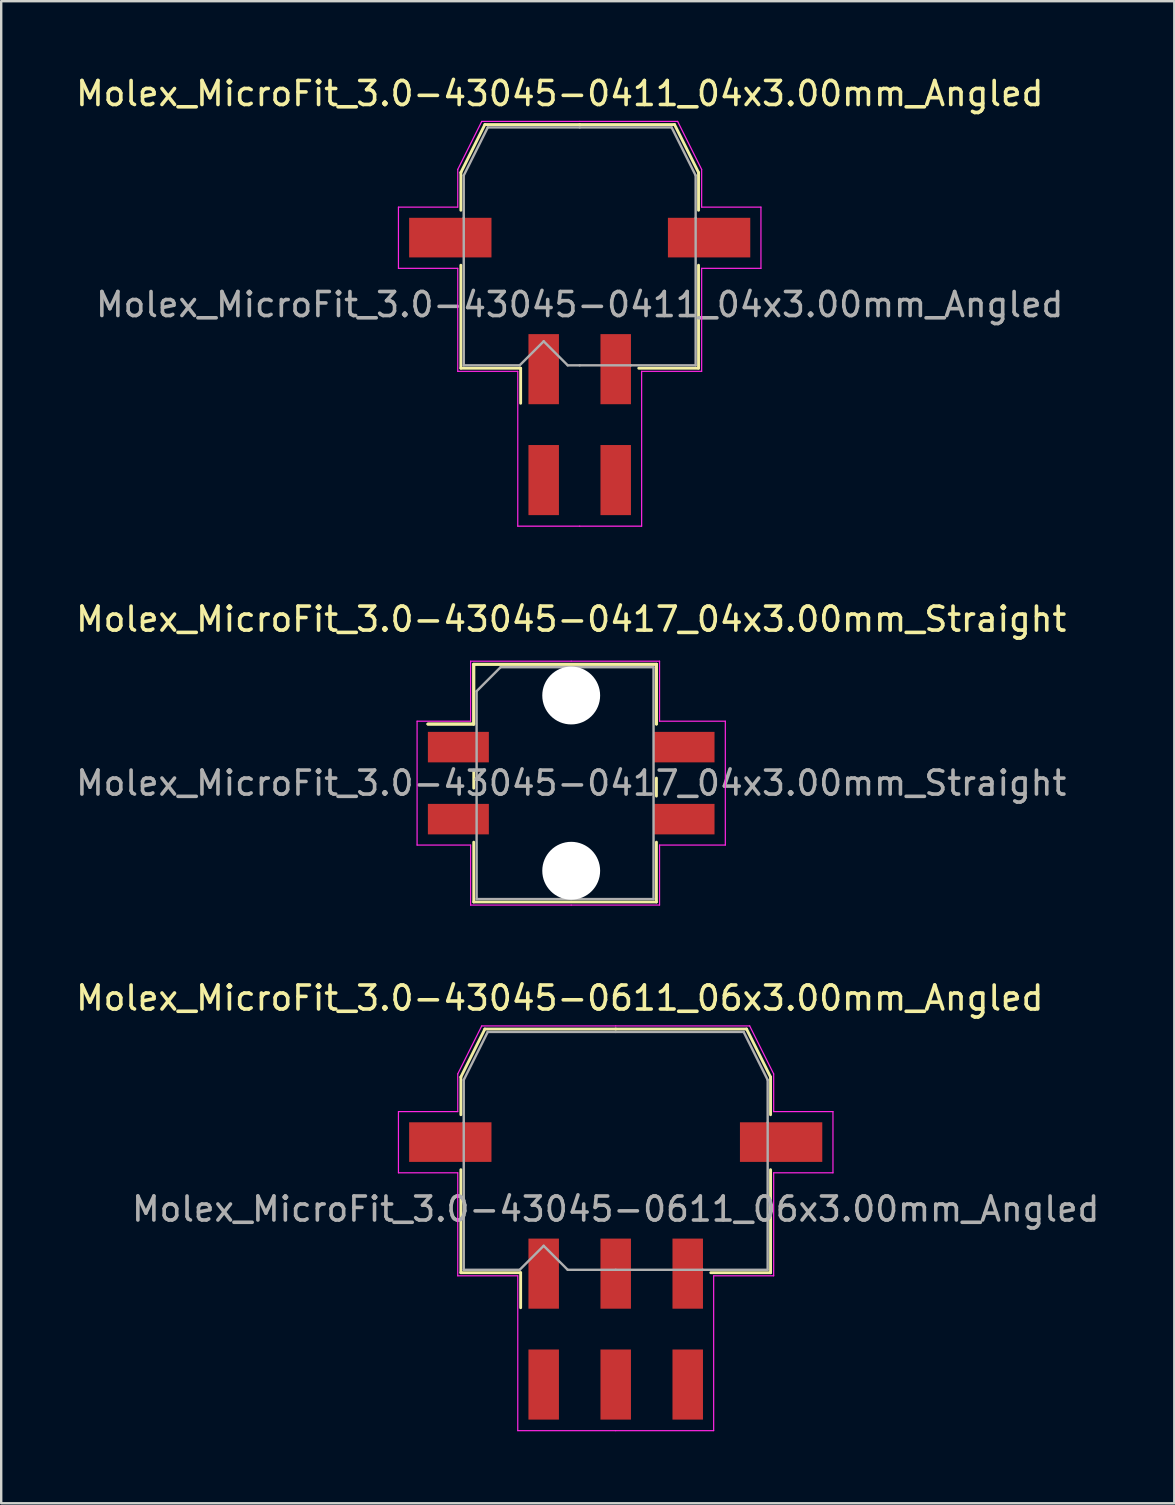
<source format=kicad_pcb>
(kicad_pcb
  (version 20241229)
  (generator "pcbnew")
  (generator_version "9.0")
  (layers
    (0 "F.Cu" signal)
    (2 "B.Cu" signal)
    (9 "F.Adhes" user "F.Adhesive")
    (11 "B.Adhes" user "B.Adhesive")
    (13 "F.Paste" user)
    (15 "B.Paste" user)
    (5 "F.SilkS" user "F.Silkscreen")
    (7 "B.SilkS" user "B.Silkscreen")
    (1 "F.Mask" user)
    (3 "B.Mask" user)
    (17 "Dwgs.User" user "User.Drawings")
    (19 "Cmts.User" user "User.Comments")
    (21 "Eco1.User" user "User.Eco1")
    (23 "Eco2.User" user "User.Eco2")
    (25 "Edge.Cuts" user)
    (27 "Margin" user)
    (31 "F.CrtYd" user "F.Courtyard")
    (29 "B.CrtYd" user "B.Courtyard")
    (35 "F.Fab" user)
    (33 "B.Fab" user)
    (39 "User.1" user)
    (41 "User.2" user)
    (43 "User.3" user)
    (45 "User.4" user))
  (footprint "Molex_MicroFit_3.0-43045-0411_04x3.00mm_Angled"
    (layer "F.Cu")
    (at 21.098 14.638)
    (property "Reference" "Molex_MicroFit_3.0-43045-0411_04x3.00mm_Angled" (at -0.83 -13.79 0) (layer "F.SilkS") (effects (font (size 1 1) (thickness 0.15))))
    (attr smd)
    (fp_line (start -4.95 -10.5) (end -4.95 -8.93) (stroke (width 0.12) (type solid)) (layer "F.SilkS"))
    (fp_line (start -4.95 -6.64) (end -4.95 -2.35) (stroke (width 0.12) (type solid)) (layer "F.SilkS"))
    (fp_line (start -4.95 -2.35) (end -2.46 -2.35) (stroke (width 0.12) (type solid)) (layer "F.SilkS"))
    (fp_line (start -3.95 -12.5) (end -4.95 -10.5) (stroke (width 0.12) (type solid)) (layer "F.SilkS"))
    (fp_line (start -2.46 -2.35) (end -2.46 -0.89) (stroke (width 0.12) (type solid)) (layer "F.SilkS"))
    (fp_line (start 0 -12.5) (end -3.95 -12.5) (stroke (width 0.12) (type solid)) (layer "F.SilkS"))
    (fp_line (start 0 -12.5) (end 3.95 -12.5) (stroke (width 0.12) (type solid)) (layer "F.SilkS"))
    (fp_line (start 3.95 -12.5) (end 4.95 -10.5) (stroke (width 0.12) (type solid)) (layer "F.SilkS"))
    (fp_line (start 4.95 -10.5) (end 4.95 -8.93) (stroke (width 0.12) (type solid)) (layer "F.SilkS"))
    (fp_line (start 4.95 -6.64) (end 4.95 -2.35) (stroke (width 0.12) (type solid)) (layer "F.SilkS"))
    (fp_line (start 4.95 -2.35) (end 2.46 -2.35) (stroke (width 0.12) (type solid)) (layer "F.SilkS"))
    (fp_line (start -7.55 -9.06) (end -7.55 -6.51) (stroke (width 0.05) (type solid)) (layer "F.CrtYd"))
    (fp_line (start -7.55 -6.51) (end -5.08 -6.51) (stroke (width 0.05) (type solid)) (layer "F.CrtYd"))
    (fp_line (start -5.08 -10.63) (end -5.08 -9.06) (stroke (width 0.05) (type solid)) (layer "F.CrtYd"))
    (fp_line (start -5.08 -9.06) (end -7.55 -9.06) (stroke (width 0.05) (type solid)) (layer "F.CrtYd"))
    (fp_line (start -5.08 -6.51) (end -5.08 -2.22) (stroke (width 0.05) (type solid)) (layer "F.CrtYd"))
    (fp_line (start -5.08 -2.22) (end -2.58 -2.22) (stroke (width 0.05) (type solid)) (layer "F.CrtYd"))
    (fp_line (start -4.08 -12.63) (end -5.08 -10.63) (stroke (width 0.05) (type solid)) (layer "F.CrtYd"))
    (fp_line (start -2.58 -2.22) (end -2.58 4.23) (stroke (width 0.05) (type solid)) (layer "F.CrtYd"))
    (fp_line (start -2.58 4.23) (end 0 4.23) (stroke (width 0.05) (type solid)) (layer "F.CrtYd"))
    (fp_line (start 0 -12.63) (end -4.08 -12.63) (stroke (width 0.05) (type solid)) (layer "F.CrtYd"))
    (fp_line (start 0 -12.63) (end 4.08 -12.63) (stroke (width 0.05) (type solid)) (layer "F.CrtYd"))
    (fp_line (start 2.58 -2.22) (end 2.58 4.23) (stroke (width 0.05) (type solid)) (layer "F.CrtYd"))
    (fp_line (start 2.58 4.23) (end 0 4.23) (stroke (width 0.05) (type solid)) (layer "F.CrtYd"))
    (fp_line (start 4.08 -12.63) (end 5.08 -10.63) (stroke (width 0.05) (type solid)) (layer "F.CrtYd"))
    (fp_line (start 5.08 -10.63) (end 5.08 -9.06) (stroke (width 0.05) (type solid)) (layer "F.CrtYd"))
    (fp_line (start 5.08 -9.06) (end 7.55 -9.06) (stroke (width 0.05) (type solid)) (layer "F.CrtYd"))
    (fp_line (start 5.08 -6.51) (end 5.08 -2.22) (stroke (width 0.05) (type solid)) (layer "F.CrtYd"))
    (fp_line (start 5.08 -2.22) (end 2.58 -2.22) (stroke (width 0.05) (type solid)) (layer "F.CrtYd"))
    (fp_line (start 7.55 -9.06) (end 7.55 -6.51) (stroke (width 0.05) (type solid)) (layer "F.CrtYd"))
    (fp_line (start 7.55 -6.51) (end 5.08 -6.51) (stroke (width 0.05) (type solid)) (layer "F.CrtYd"))
    (fp_line (start -4.83 -10.38) (end -4.83 -8.61) (stroke (width 0.1) (type solid)) (layer "F.Fab"))
    (fp_line (start -4.83 -8.61) (end -4.83 -2.47) (stroke (width 0.1) (type solid)) (layer "F.Fab"))
    (fp_line (start -4.83 -2.47) (end -2.5 -2.47) (stroke (width 0.1) (type solid)) (layer "F.Fab"))
    (fp_line (start -3.83 -12.38) (end -4.83 -10.38) (stroke (width 0.1) (type solid)) (layer "F.Fab"))
    (fp_line (start -2.5 -2.47) (end -1.5 -3.47) (stroke (width 0.1) (type solid)) (layer "F.Fab"))
    (fp_line (start -1.5 -3.47) (end -0.5 -2.47) (stroke (width 0.1) (type solid)) (layer "F.Fab"))
    (fp_line (start -0.5 -2.47) (end 0 -2.47) (stroke (width 0.1) (type solid)) (layer "F.Fab"))
    (fp_line (start 0 -12.38) (end -3.83 -12.38) (stroke (width 0.1) (type solid)) (layer "F.Fab"))
    (fp_line (start 0 -12.38) (end 3.83 -12.38) (stroke (width 0.1) (type solid)) (layer "F.Fab"))
    (fp_line (start 2.13 -2.47) (end 0 -2.47) (stroke (width 0.1) (type solid)) (layer "F.Fab"))
    (fp_line (start 3.83 -12.38) (end 4.83 -10.38) (stroke (width 0.1) (type solid)) (layer "F.Fab"))
    (fp_line (start 4.83 -10.38) (end 4.83 -8.61) (stroke (width 0.1) (type solid)) (layer "F.Fab"))
    (fp_line (start 4.83 -8.61) (end 4.83 -2.47) (stroke (width 0.1) (type solid)) (layer "F.Fab"))
    (fp_line (start 4.83 -2.47) (end 2.13 -2.47) (stroke (width 0.1) (type solid)) (layer "F.Fab"))
    (fp_text user "${REFERENCE}" (at 0 -5 0) (layer "F.Fab") (effects (font (size 1 1) (thickness 0.15))))
    (pad "" smd rect (at -5.39 -7.79) (size 3.43 1.65) (layers "F.Cu" "F.Mask" "F.Paste"))
    (pad "" smd rect (at 5.39 -7.79) (size 3.43 1.65) (layers "F.Cu" "F.Mask" "F.Paste"))
    (pad "1" smd rect (at -1.5 -2.31) (size 1.27 2.92) (layers "F.Cu" "F.Mask" "F.Paste"))
    (pad "2" smd rect (at 1.5 -2.31) (size 1.27 2.92) (layers "F.Cu" "F.Mask" "F.Paste"))
    (pad "3" smd rect (at 1.5 2.31) (size 1.27 2.92) (layers "F.Cu" "F.Mask" "F.Paste"))
    (pad "4" smd rect (at -1.5 2.31) (size 1.27 2.92) (layers "F.Cu" "F.Mask" "F.Paste")))
  (footprint "Molex_MicroFit_3.0-43045-0417_04x3.00mm_Straight"
    (layer "F.Cu")
    (at 20.744 29.572)
    (property "Reference" "Molex_MicroFit_3.0-43045-0417_04x3.00mm_Straight" (at 0 -6.83 0) (layer "F.SilkS") (effects (font (size 1 1) (thickness 0.15))))
    (attr smd)
    (fp_line (start -5.97 -2.46) (end -4.06 -2.46) (stroke (width 0.12) (type solid)) (layer "F.SilkS"))
    (fp_line (start -5.97 -2.46) (end -4.06 -2.46) (stroke (width 0.12) (type solid)) (layer "F.SilkS"))
    (fp_line (start -4.06 -4.95) (end 3.55 -4.95) (stroke (width 0.12) (type solid)) (layer "F.SilkS"))
    (fp_line (start -4.06 -4.95) (end 3.55 -4.95) (stroke (width 0.12) (type solid)) (layer "F.SilkS"))
    (fp_line (start -4.06 -2.46) (end -4.06 -4.95) (stroke (width 0.12) (type solid)) (layer "F.SilkS"))
    (fp_line (start -4.06 -2.46) (end -4.06 -4.95) (stroke (width 0.12) (type solid)) (layer "F.SilkS"))
    (fp_line (start -4.06 -0.54) (end -4.06 0.21) (stroke (width 0.12) (type solid)) (layer "F.SilkS"))
    (fp_line (start -4.06 4.95) (end -4.06 2.46) (stroke (width 0.12) (type solid)) (layer "F.SilkS"))
    (fp_line (start 3.55 -4.95) (end 3.55 -2.46) (stroke (width 0.12) (type solid)) (layer "F.SilkS"))
    (fp_line (start 3.55 -4.95) (end 3.55 -2.46) (stroke (width 0.12) (type solid)) (layer "F.SilkS"))
    (fp_line (start 3.55 0.54) (end 3.55 -0.21) (stroke (width 0.12) (type solid)) (layer "F.SilkS"))
    (fp_line (start 3.55 2.46) (end 3.55 4.95) (stroke (width 0.12) (type solid)) (layer "F.SilkS"))
    (fp_line (start 3.55 4.95) (end -4.06 4.95) (stroke (width 0.12) (type solid)) (layer "F.SilkS"))
    (fp_line (start -6.42 -2.58) (end -4.19 -2.58) (stroke (width 0.05) (type solid)) (layer "F.CrtYd"))
    (fp_line (start -6.42 2.58) (end -6.42 -2.58) (stroke (width 0.05) (type solid)) (layer "F.CrtYd"))
    (fp_line (start -4.19 -5.08) (end 0 -5.08) (stroke (width 0.05) (type solid)) (layer "F.CrtYd"))
    (fp_line (start -4.19 -2.58) (end -4.19 -5.08) (stroke (width 0.05) (type solid)) (layer "F.CrtYd"))
    (fp_line (start -4.19 2.58) (end -6.42 2.58) (stroke (width 0.05) (type solid)) (layer "F.CrtYd"))
    (fp_line (start -4.19 5.08) (end -4.19 2.58) (stroke (width 0.05) (type solid)) (layer "F.CrtYd"))
    (fp_line (start 0 -5.08) (end 3.68 -5.08) (stroke (width 0.05) (type solid)) (layer "F.CrtYd"))
    (fp_line (start 0 5.08) (end -4.19 5.08) (stroke (width 0.05) (type solid)) (layer "F.CrtYd"))
    (fp_line (start 3.68 -5.08) (end 3.68 -2.58) (stroke (width 0.05) (type solid)) (layer "F.CrtYd"))
    (fp_line (start 3.68 -2.58) (end 6.42 -2.58) (stroke (width 0.05) (type solid)) (layer "F.CrtYd"))
    (fp_line (start 3.68 2.58) (end 3.68 5.08) (stroke (width 0.05) (type solid)) (layer "F.CrtYd"))
    (fp_line (start 3.68 5.08) (end 0 5.08) (stroke (width 0.05) (type solid)) (layer "F.CrtYd"))
    (fp_line (start 6.42 -2.58) (end 6.42 2.58) (stroke (width 0.05) (type solid)) (layer "F.CrtYd"))
    (fp_line (start 6.42 2.58) (end 3.68 2.58) (stroke (width 0.05) (type solid)) (layer "F.CrtYd"))
    (fp_line (start -3.94 -3.83) (end -2.94 -4.83) (stroke (width 0.1) (type solid)) (layer "F.Fab"))
    (fp_line (start -3.94 4.83) (end -3.94 -3.83) (stroke (width 0.1) (type solid)) (layer "F.Fab"))
    (fp_line (start -2.94 -4.83) (end 0 -4.83) (stroke (width 0.1) (type solid)) (layer "F.Fab"))
    (fp_line (start 0 -4.83) (end 3.43 -4.83) (stroke (width 0.1) (type solid)) (layer "F.Fab"))
    (fp_line (start 0 4.83) (end -3.94 4.83) (stroke (width 0.1) (type solid)) (layer "F.Fab"))
    (fp_line (start 3.43 -4.83) (end 3.43 4.83) (stroke (width 0.1) (type solid)) (layer "F.Fab"))
    (fp_line (start 3.43 4.83) (end 0 4.83) (stroke (width 0.1) (type solid)) (layer "F.Fab"))
    (fp_text user "${REFERENCE}" (at 0 0 0) (layer "F.Fab") (effects (font (size 1 1) (thickness 0.15))))
    (pad "" np_thru_hole circle (at 0 -3.65) (size 2.41 2.41) (drill 2.41) (layers "*.Cu"))
    (pad "" np_thru_hole circle (at 0 3.65) (size 2.41 2.41) (drill 2.41) (layers "*.Cu"))
    (pad "1" smd rect (at -4.7 -1.5) (size 2.54 1.27) (layers "F.Cu" "F.Mask" "F.Paste"))
    (pad "2" smd rect (at -4.7 1.5) (size 2.54 1.27) (layers "F.Cu" "F.Mask" "F.Paste"))
    (pad "3" smd rect (at 4.7 1.5) (size 2.54 1.27) (layers "F.Cu" "F.Mask" "F.Paste"))
    (pad "4" smd rect (at 4.7 -1.5) (size 2.54 1.27) (layers "F.Cu" "F.Mask" "F.Paste")))
  (footprint "Molex_MicroFit_3.0-43045-0611_06x3.00mm_Angled"
    (layer "F.Cu")
    (at 22.598 52.315)
    (property "Reference" "Molex_MicroFit_3.0-43045-0611_06x3.00mm_Angled" (at -2.33 -13.79 0) (layer "F.SilkS") (effects (font (size 1 1) (thickness 0.15))))
    (attr smd)
    (fp_line (start -6.45 -10.5) (end -6.45 -8.93) (stroke (width 0.12) (type solid)) (layer "F.SilkS"))
    (fp_line (start -6.45 -6.64) (end -6.45 -2.35) (stroke (width 0.12) (type solid)) (layer "F.SilkS"))
    (fp_line (start -6.45 -2.35) (end -3.96 -2.35) (stroke (width 0.12) (type solid)) (layer "F.SilkS"))
    (fp_line (start -5.45 -12.5) (end -6.45 -10.5) (stroke (width 0.12) (type solid)) (layer "F.SilkS"))
    (fp_line (start -3.96 -2.35) (end -3.96 -0.89) (stroke (width 0.12) (type solid)) (layer "F.SilkS"))
    (fp_line (start 0 -12.5) (end -5.45 -12.5) (stroke (width 0.12) (type solid)) (layer "F.SilkS"))
    (fp_line (start 0 -12.5) (end 5.45 -12.5) (stroke (width 0.12) (type solid)) (layer "F.SilkS"))
    (fp_line (start 5.45 -12.5) (end 6.45 -10.5) (stroke (width 0.12) (type solid)) (layer "F.SilkS"))
    (fp_line (start 6.45 -10.5) (end 6.45 -8.93) (stroke (width 0.12) (type solid)) (layer "F.SilkS"))
    (fp_line (start 6.45 -6.64) (end 6.45 -2.35) (stroke (width 0.12) (type solid)) (layer "F.SilkS"))
    (fp_line (start 6.45 -2.35) (end 3.96 -2.35) (stroke (width 0.12) (type solid)) (layer "F.SilkS"))
    (fp_line (start -9.05 -9.06) (end -9.05 -6.51) (stroke (width 0.05) (type solid)) (layer "F.CrtYd"))
    (fp_line (start -9.05 -6.51) (end -6.58 -6.51) (stroke (width 0.05) (type solid)) (layer "F.CrtYd"))
    (fp_line (start -6.58 -10.63) (end -6.58 -9.06) (stroke (width 0.05) (type solid)) (layer "F.CrtYd"))
    (fp_line (start -6.58 -9.06) (end -9.05 -9.06) (stroke (width 0.05) (type solid)) (layer "F.CrtYd"))
    (fp_line (start -6.58 -6.51) (end -6.58 -2.22) (stroke (width 0.05) (type solid)) (layer "F.CrtYd"))
    (fp_line (start -6.58 -2.22) (end -4.08 -2.22) (stroke (width 0.05) (type solid)) (layer "F.CrtYd"))
    (fp_line (start -5.58 -12.63) (end -6.58 -10.63) (stroke (width 0.05) (type solid)) (layer "F.CrtYd"))
    (fp_line (start -4.08 -2.22) (end -4.08 4.23) (stroke (width 0.05) (type solid)) (layer "F.CrtYd"))
    (fp_line (start -4.08 4.23) (end 0 4.23) (stroke (width 0.05) (type solid)) (layer "F.CrtYd"))
    (fp_line (start 0 -12.63) (end -5.58 -12.63) (stroke (width 0.05) (type solid)) (layer "F.CrtYd"))
    (fp_line (start 0 -12.63) (end 5.58 -12.63) (stroke (width 0.05) (type solid)) (layer "F.CrtYd"))
    (fp_line (start 4.08 -2.22) (end 4.08 4.23) (stroke (width 0.05) (type solid)) (layer "F.CrtYd"))
    (fp_line (start 4.08 4.23) (end 0 4.23) (stroke (width 0.05) (type solid)) (layer "F.CrtYd"))
    (fp_line (start 5.58 -12.63) (end 6.58 -10.63) (stroke (width 0.05) (type solid)) (layer "F.CrtYd"))
    (fp_line (start 6.58 -10.63) (end 6.58 -9.06) (stroke (width 0.05) (type solid)) (layer "F.CrtYd"))
    (fp_line (start 6.58 -9.06) (end 9.05 -9.06) (stroke (width 0.05) (type solid)) (layer "F.CrtYd"))
    (fp_line (start 6.58 -6.51) (end 6.58 -2.22) (stroke (width 0.05) (type solid)) (layer "F.CrtYd"))
    (fp_line (start 6.58 -2.22) (end 4.08 -2.22) (stroke (width 0.05) (type solid)) (layer "F.CrtYd"))
    (fp_line (start 9.05 -9.06) (end 9.05 -6.51) (stroke (width 0.05) (type solid)) (layer "F.CrtYd"))
    (fp_line (start 9.05 -6.51) (end 6.58 -6.51) (stroke (width 0.05) (type solid)) (layer "F.CrtYd"))
    (fp_line (start -6.33 -10.38) (end -6.33 -8.61) (stroke (width 0.1) (type solid)) (layer "F.Fab"))
    (fp_line (start -6.33 -8.61) (end -6.33 -2.47) (stroke (width 0.1) (type solid)) (layer "F.Fab"))
    (fp_line (start -6.33 -2.47) (end -4 -2.47) (stroke (width 0.1) (type solid)) (layer "F.Fab"))
    (fp_line (start -5.33 -12.38) (end -6.33 -10.38) (stroke (width 0.1) (type solid)) (layer "F.Fab"))
    (fp_line (start -4 -2.47) (end -3 -3.47) (stroke (width 0.1) (type solid)) (layer "F.Fab"))
    (fp_line (start -3 -3.47) (end -2 -2.47) (stroke (width 0.1) (type solid)) (layer "F.Fab"))
    (fp_line (start -2 -2.47) (end 0 -2.47) (stroke (width 0.1) (type solid)) (layer "F.Fab"))
    (fp_line (start 0 -12.38) (end -5.33 -12.38) (stroke (width 0.1) (type solid)) (layer "F.Fab"))
    (fp_line (start 0 -12.38) (end 5.33 -12.38) (stroke (width 0.1) (type solid)) (layer "F.Fab"))
    (fp_line (start 3.63 -2.47) (end 0 -2.47) (stroke (width 0.1) (type solid)) (layer "F.Fab"))
    (fp_line (start 5.33 -12.38) (end 6.33 -10.38) (stroke (width 0.1) (type solid)) (layer "F.Fab"))
    (fp_line (start 6.33 -10.38) (end 6.33 -8.61) (stroke (width 0.1) (type solid)) (layer "F.Fab"))
    (fp_line (start 6.33 -8.61) (end 6.33 -2.47) (stroke (width 0.1) (type solid)) (layer "F.Fab"))
    (fp_line (start 6.33 -2.47) (end 3.63 -2.47) (stroke (width 0.1) (type solid)) (layer "F.Fab"))
    (fp_text user "${REFERENCE}" (at 0 -5 0) (layer "F.Fab") (effects (font (size 1 1) (thickness 0.15))))
    (pad "" smd rect (at -6.89 -7.79) (size 3.43 1.65) (layers "F.Cu" "F.Mask" "F.Paste"))
    (pad "" smd rect (at 6.89 -7.79) (size 3.43 1.65) (layers "F.Cu" "F.Mask" "F.Paste"))
    (pad "1" smd rect (at -3 -2.31) (size 1.27 2.92) (layers "F.Cu" "F.Mask" "F.Paste"))
    (pad "2" smd rect (at 0 -2.31) (size 1.27 2.92) (layers "F.Cu" "F.Mask" "F.Paste"))
    (pad "3" smd rect (at 3 -2.31) (size 1.27 2.92) (layers "F.Cu" "F.Mask" "F.Paste"))
    (pad "4" smd rect (at 3 2.31) (size 1.27 2.92) (layers "F.Cu" "F.Mask" "F.Paste"))
    (pad "5" smd rect (at 0 2.31) (size 1.27 2.92) (layers "F.Cu" "F.Mask" "F.Paste"))
    (pad "6" smd rect (at -3 2.31) (size 1.27 2.92) (layers "F.Cu" "F.Mask" "F.Paste")))
  (gr_rect
    (start -3 -3)
    (end 45.866 59.57)
    (stroke (width 0.1) (type default))
    (fill no)
    (layer "Edge.Cuts")))
</source>
